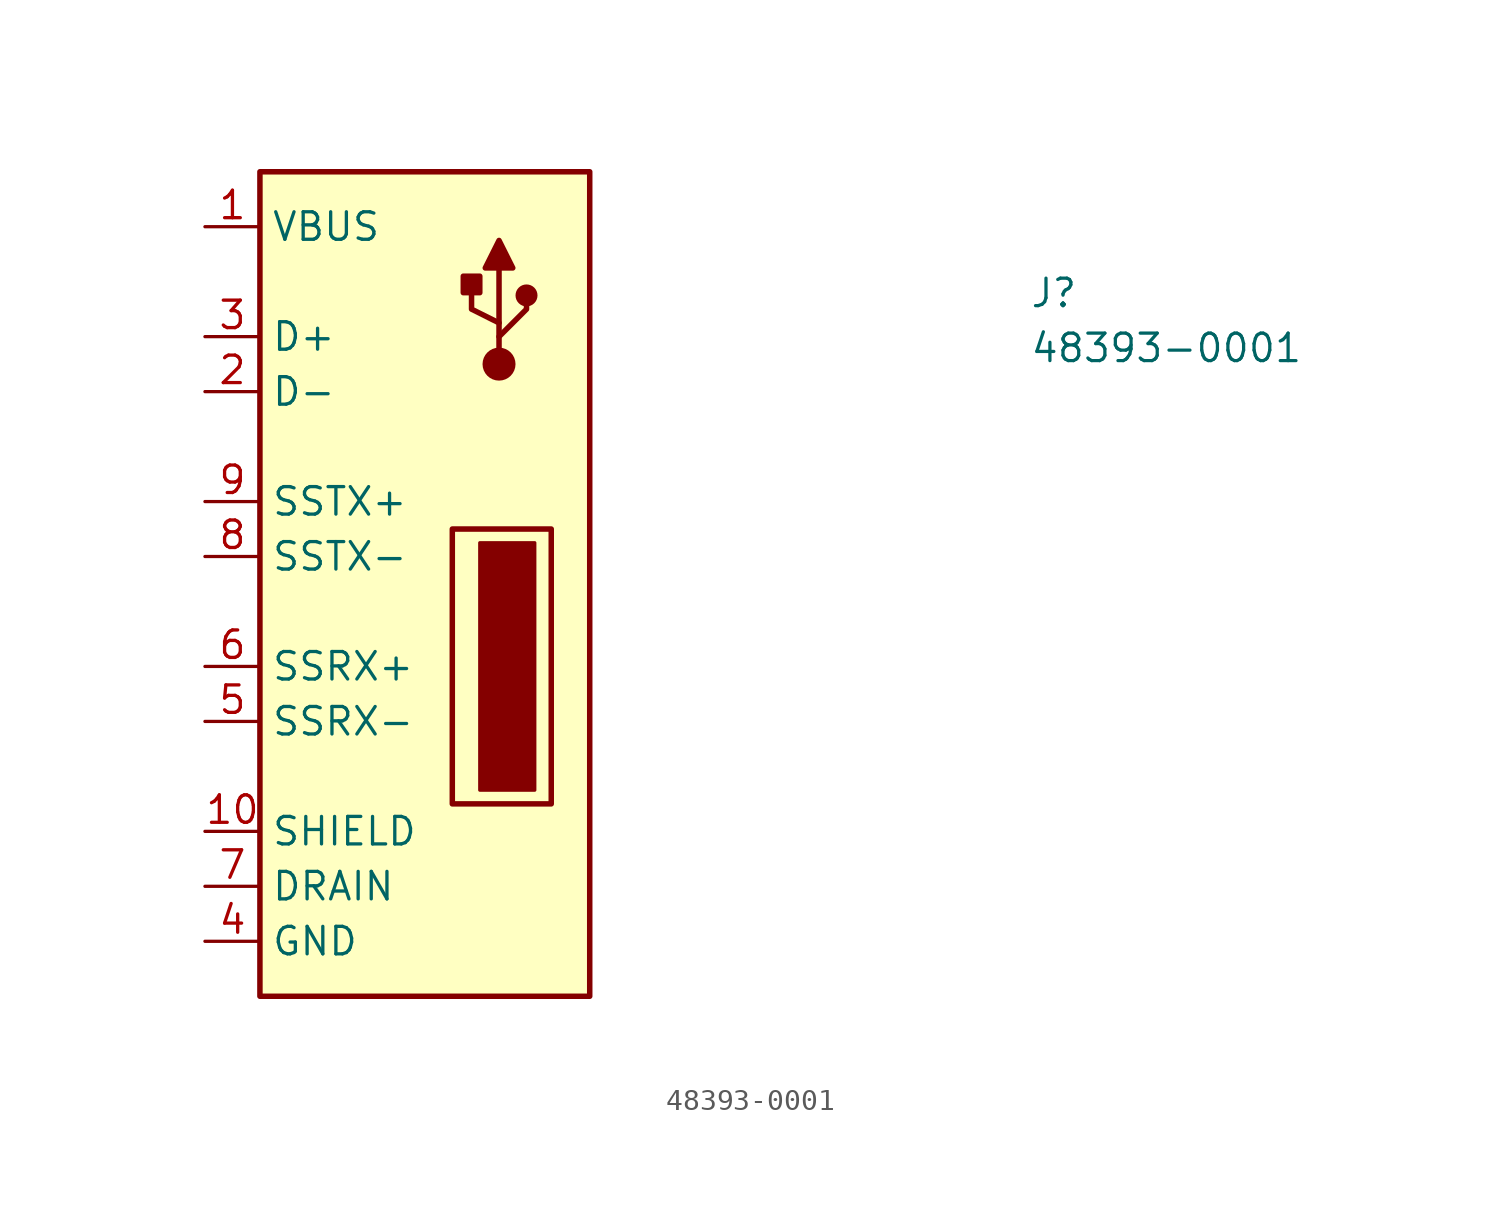
<source format=kicad_sym>
(kicad_symbol_lib
  (version 20211014)
  (generator kicad_symbol_editor)
  (symbol "48393-0001"
    (property "Reference" "J"
      (at 38.1 -3.81 0)
      (effects (font (size 1.27 1.27) (thickness 0.15)) (justify left bottom)))
    (property "Value" "48393-0001"
      (at 38.1 -6.35 0)
      (effects (font (size 1.27 1.27) (thickness 0.15)) (justify left bottom)))
    (symbol "48393-0001_0_1"
      (polyline (pts (xy 13.589 -5.715) (xy 13.589 -5.08) (xy 14.859 -3.81) (xy 14.859 -3.175)) (stroke (width 0.254) (type default) (color 0 0 0 0)) (fill (type none)))
      (polyline (pts (xy 13.589 -5.08) (xy 13.589 -4.445) (xy 12.319 -3.81) (xy 12.319 -2.54)) (stroke (width 0.254) (type default) (color 0 0 0 0)) (fill (type none)))
      (polyline (pts (xy 14.224 -1.905) (xy 12.954 -1.905) (xy 13.589 -0.635) (xy 14.224 -1.905)) (stroke (width 0.254) (type default) (color 0 0 0 0)) (fill (type outline)))
      (rectangle (start 2.54 -35.56) (end 17.78 2.54) (stroke (width 0.254) (type default) (color 0 0 0 0)) (fill (type background)))
      (rectangle (start 11.43 -26.67) (end 16.002 -13.97) (stroke (width 0.254) (type default) (color 0 0 0 0)) (fill (type none)))
      (rectangle (start 11.938 -3.048) (end 12.7 -2.286) (stroke (width 0.254) (type default) (color 0 0 0 0)) (fill (type outline)))
      (rectangle (start 12.7 -14.605) (end 15.24 -26.035) (stroke (width 0) (type default) (color 0 0 0 0)) (fill (type outline)))
      (circle (center 13.589 -6.35) (radius 0.635) (stroke (width 0.254) (type default) (color 0 0 0 0)) (fill (type outline)))
      (circle (center 14.859 -3.175) (radius 0.381) (stroke (width 0.254) (type default) (color 0 0 0 0)) (fill (type outline))))
    (symbol "48393-0001_1_1"
      (polyline (pts (xy 13.589 -4.445) (xy 13.589 -1.905)) (stroke (width 0.254) (type default) (color 0 0 0 0)) (fill (type none)))
      (pin power_in line (at 0 0 0) (length 2.54) (name "VBUS" (effects (font (size 1.27 1.27)))) (number "1" (effects (font (size 1.27 1.27)))))
      (pin passive line (at 0 -27.94 0) (length 2.54) (name "SHIELD" (effects (font (size 1.27 1.27)))) (number "10" (effects (font (size 1.27 1.27)))))
      (pin bidirectional line (at 0 -7.62 0) (length 2.54) (name "D-" (effects (font (size 1.27 1.27)))) (number "2" (effects (font (size 1.27 1.27)))))
      (pin bidirectional line (at 0 -5.08 0) (length 2.54) (name "D+" (effects (font (size 1.27 1.27)))) (number "3" (effects (font (size 1.27 1.27)))))
      (pin power_in line (at 0 -33.02 0) (length 2.54) (name "GND" (effects (font (size 1.27 1.27)))) (number "4" (effects (font (size 1.27 1.27)))))
      (pin output line (at 0 -22.86 0) (length 2.54) (name "SSRX-" (effects (font (size 1.27 1.27)))) (number "5" (effects (font (size 1.27 1.27)))))
      (pin output line (at 0 -20.32 0) (length 2.54) (name "SSRX+" (effects (font (size 1.27 1.27)))) (number "6" (effects (font (size 1.27 1.27)))))
      (pin passive line (at 0 -30.48 0) (length 2.54) (name "DRAIN" (effects (font (size 1.27 1.27)))) (number "7" (effects (font (size 1.27 1.27)))))
      (pin input line (at 0 -15.24 0) (length 2.54) (name "SSTX-" (effects (font (size 1.27 1.27)))) (number "8" (effects (font (size 1.27 1.27)))))
      (pin input line (at 0 -12.7 0) (length 2.54) (name "SSTX+" (effects (font (size 1.27 1.27)))) (number "9" (effects (font (size 1.27 1.27))))))))
</source>
